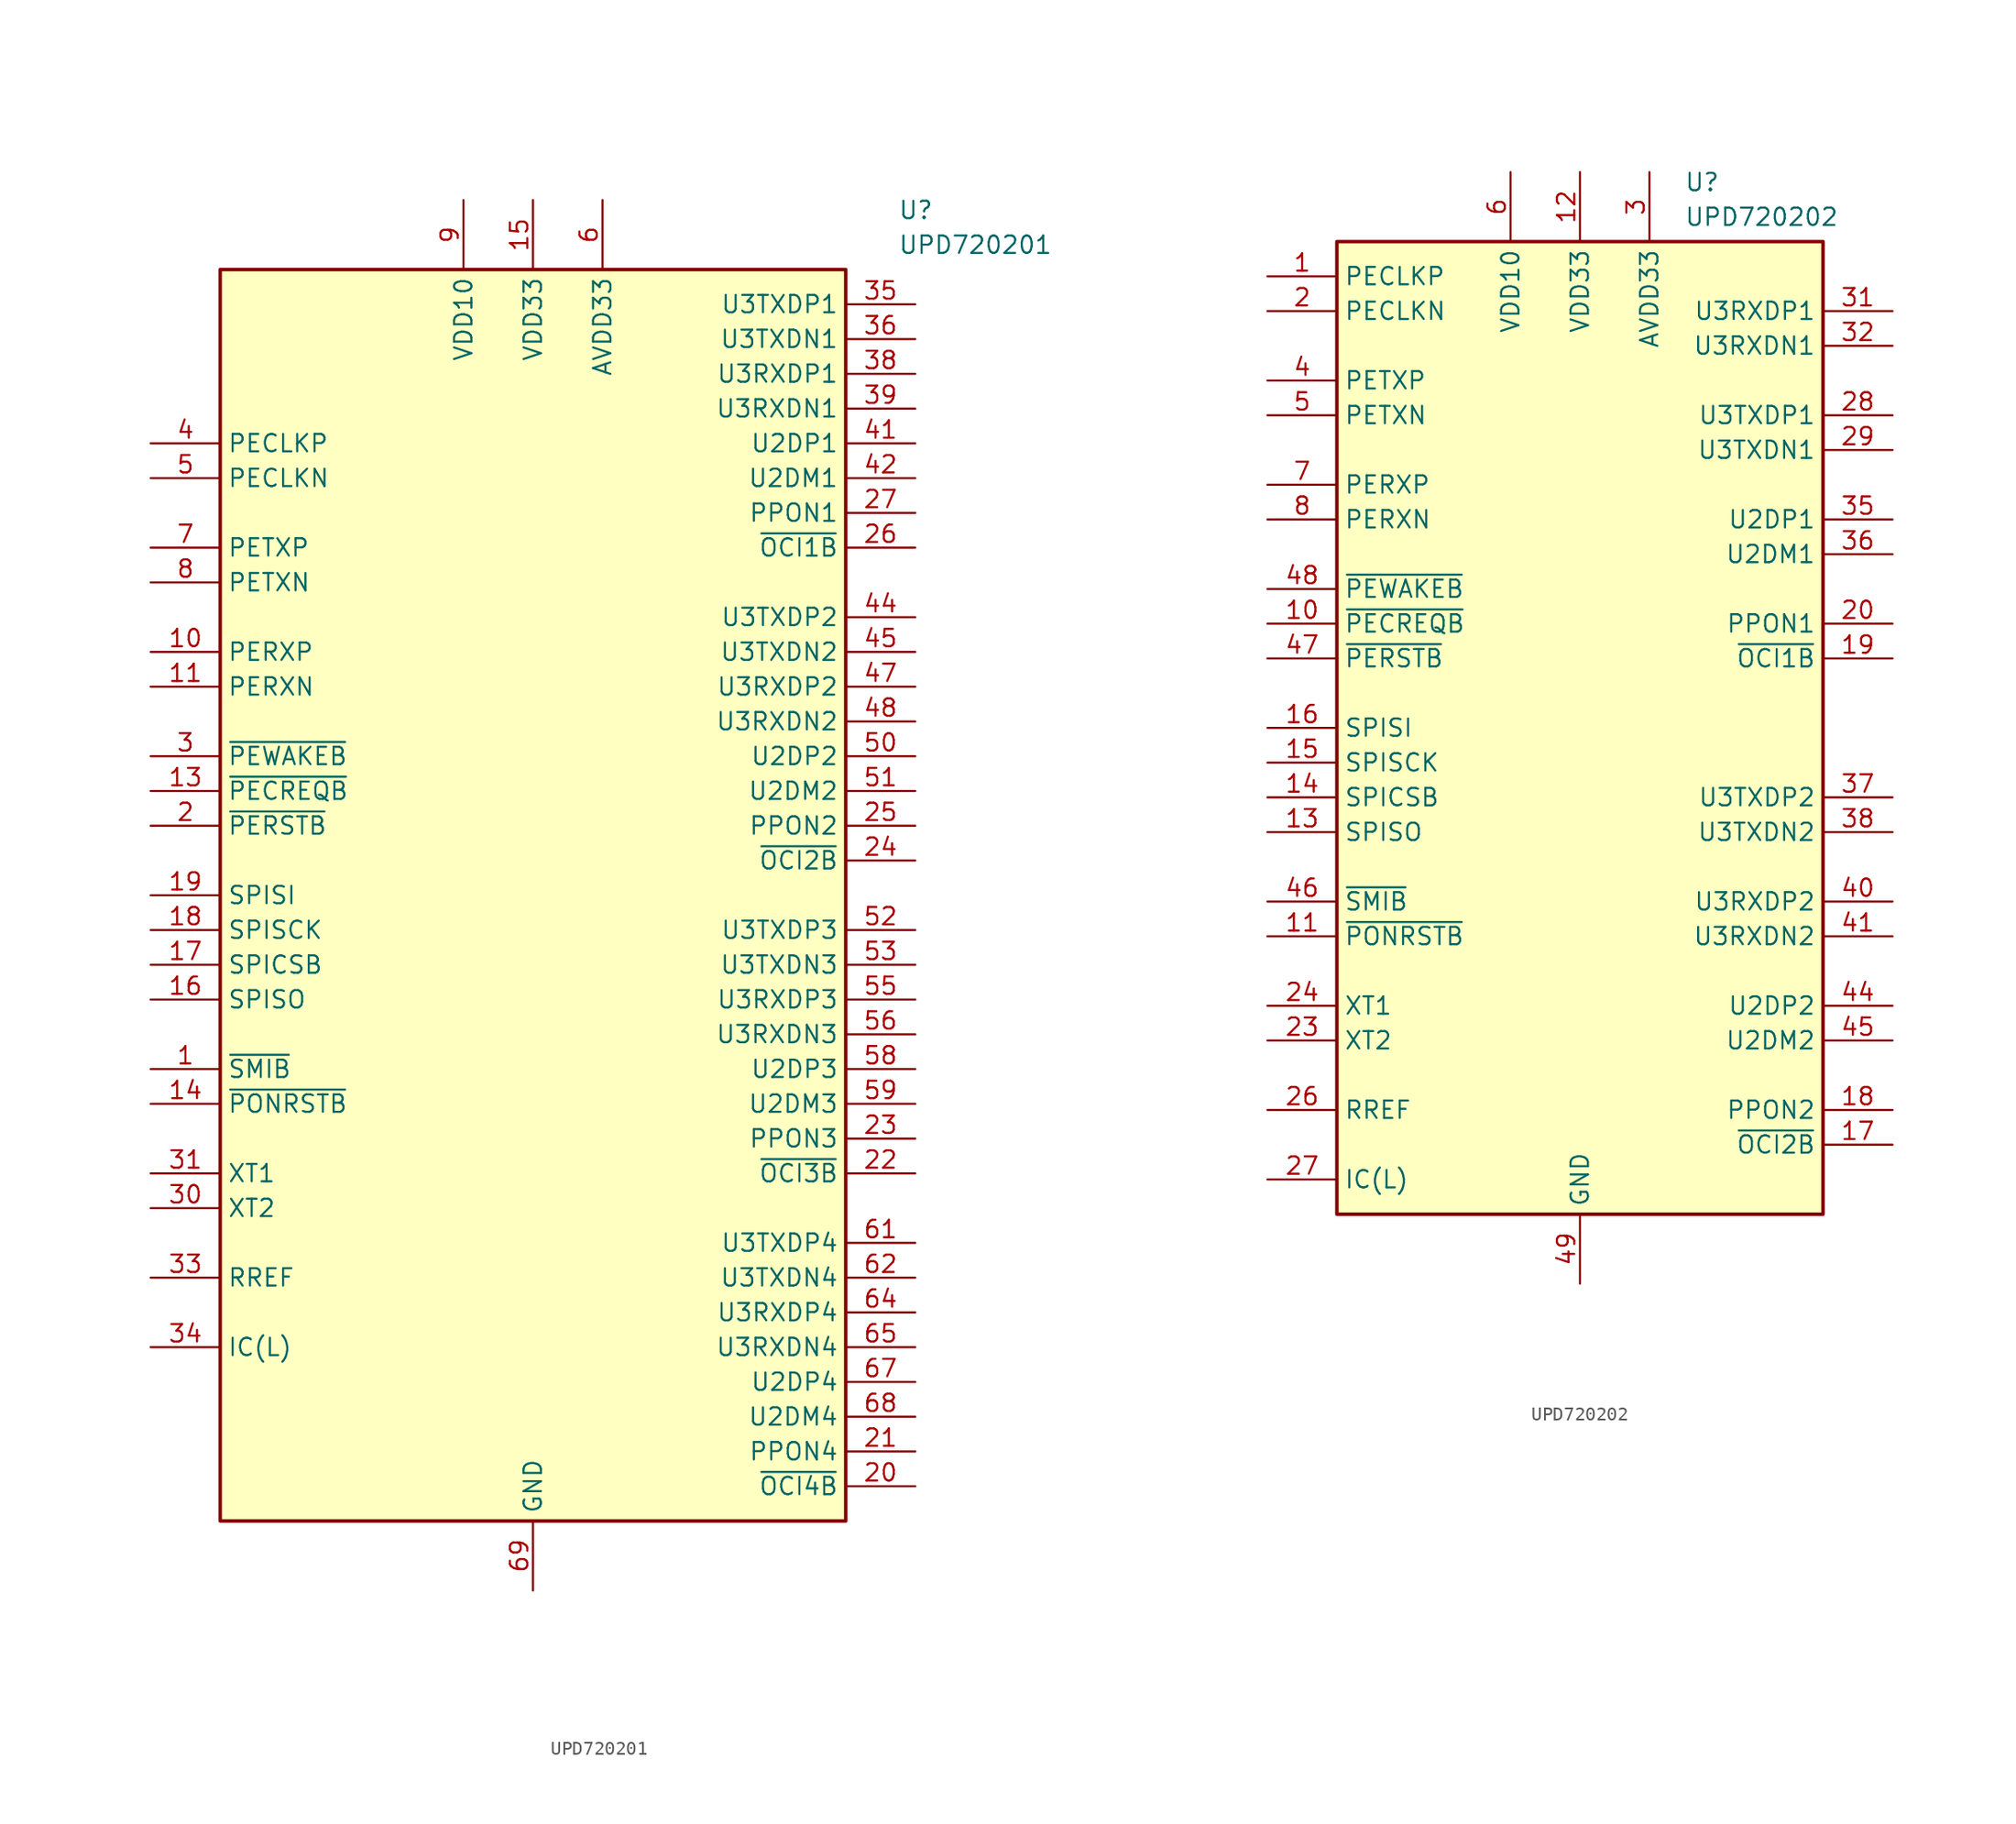
<source format=kicad_sym>
(kicad_symbol_lib
  (version 20220914)
  (generator kicad_symbol_editor)
  (symbol "UPD720201"
    (property "Reference" "U"
      (at 26.67 50.8 0)
      (effects (font (size 1.27 1.27)) (justify left top)))
    (property "Value" "UPD720201"
      (at 26.67 48.26 0)
      (effects (font (size 1.27 1.27)) (justify left top)))
    (symbol "UPD720201_1_1"
      (rectangle (start -22.86 45.72) (end 22.86 -45.72) (stroke (width 0.254) (type default)) (fill (type background)))
      (pin open_collector line (at -27.94 -12.7 0) (length 5.08) (name "~{SMIB}" (effects (font (size 1.27 1.27)))) (number "1" (effects (font (size 1.27 1.27)))))
      (pin input line (at -27.94 17.78 0) (length 5.08) (name "PERXP" (effects (font (size 1.27 1.27)))) (number "10" (effects (font (size 1.27 1.27)))))
      (pin input line (at -27.94 15.24 0) (length 5.08) (name "PERXN" (effects (font (size 1.27 1.27)))) (number "11" (effects (font (size 1.27 1.27)))))
      (pin passive line (at -5.08 50.8 270) (length 5.08) hide (name "VDD10" (effects (font (size 1.27 1.27)))) (number "12" (effects (font (size 1.27 1.27)))))
      (pin open_collector line (at -27.94 7.62 0) (length 5.08) (name "~{PECREQB}" (effects (font (size 1.27 1.27)))) (number "13" (effects (font (size 1.27 1.27)))))
      (pin input line (at -27.94 -15.24 0) (length 5.08) (name "~{PONRSTB}" (effects (font (size 1.27 1.27)))) (number "14" (effects (font (size 1.27 1.27)))))
      (pin power_in line (at 0 50.8 270) (length 5.08) (name "VDD33" (effects (font (size 1.27 1.27)))) (number "15" (effects (font (size 1.27 1.27)))))
      (pin input line (at -27.94 -7.62 0) (length 5.08) (name "SPISO" (effects (font (size 1.27 1.27)))) (number "16" (effects (font (size 1.27 1.27)))))
      (pin output line (at -27.94 -5.08 0) (length 5.08) (name "SPICSB" (effects (font (size 1.27 1.27)))) (number "17" (effects (font (size 1.27 1.27)))))
      (pin output line (at -27.94 -2.54 0) (length 5.08) (name "SPISCK" (effects (font (size 1.27 1.27)))) (number "18" (effects (font (size 1.27 1.27)))))
      (pin output line (at -27.94 0 0) (length 5.08) (name "SPISI" (effects (font (size 1.27 1.27)))) (number "19" (effects (font (size 1.27 1.27)))))
      (pin input line (at -27.94 5.08 0) (length 5.08) (name "~{PERSTB}" (effects (font (size 1.27 1.27)))) (number "2" (effects (font (size 1.27 1.27)))))
      (pin input line (at 27.94 -43.18 180) (length 5.08) (name "~{OCI4B}" (effects (font (size 1.27 1.27)))) (number "20" (effects (font (size 1.27 1.27)))))
      (pin output line (at 27.94 -40.64 180) (length 5.08) (name "PPON4" (effects (font (size 1.27 1.27)))) (number "21" (effects (font (size 1.27 1.27)))))
      (pin input line (at 27.94 -20.32 180) (length 5.08) (name "~{OCI3B}" (effects (font (size 1.27 1.27)))) (number "22" (effects (font (size 1.27 1.27)))))
      (pin output line (at 27.94 -17.78 180) (length 5.08) (name "PPON3" (effects (font (size 1.27 1.27)))) (number "23" (effects (font (size 1.27 1.27)))))
      (pin input line (at 27.94 2.54 180) (length 5.08) (name "~{OCI2B}" (effects (font (size 1.27 1.27)))) (number "24" (effects (font (size 1.27 1.27)))))
      (pin output line (at 27.94 5.08 180) (length 5.08) (name "PPON2" (effects (font (size 1.27 1.27)))) (number "25" (effects (font (size 1.27 1.27)))))
      (pin input line (at 27.94 25.4 180) (length 5.08) (name "~{OCI1B}" (effects (font (size 1.27 1.27)))) (number "26" (effects (font (size 1.27 1.27)))))
      (pin output line (at 27.94 27.94 180) (length 5.08) (name "PPON1" (effects (font (size 1.27 1.27)))) (number "27" (effects (font (size 1.27 1.27)))))
      (pin passive line (at -5.08 50.8 270) (length 5.08) hide (name "VDD10" (effects (font (size 1.27 1.27)))) (number "28" (effects (font (size 1.27 1.27)))))
      (pin passive line (at 0 50.8 270) (length 5.08) hide (name "VDD33" (effects (font (size 1.27 1.27)))) (number "29" (effects (font (size 1.27 1.27)))))
      (pin open_collector line (at -27.94 10.16 0) (length 5.08) (name "~{PEWAKEB}" (effects (font (size 1.27 1.27)))) (number "3" (effects (font (size 1.27 1.27)))))
      (pin output line (at -27.94 -22.86 0) (length 5.08) (name "XT2" (effects (font (size 1.27 1.27)))) (number "30" (effects (font (size 1.27 1.27)))))
      (pin input line (at -27.94 -20.32 0) (length 5.08) (name "XT1" (effects (font (size 1.27 1.27)))) (number "31" (effects (font (size 1.27 1.27)))))
      (pin passive line (at 5.08 50.8 270) (length 5.08) hide (name "AVDD33" (effects (font (size 1.27 1.27)))) (number "32" (effects (font (size 1.27 1.27)))))
      (pin passive line (at -27.94 -27.94 0) (length 5.08) (name "RREF" (effects (font (size 1.27 1.27)))) (number "33" (effects (font (size 1.27 1.27)))))
      (pin input line (at -27.94 -33.02 0) (length 5.08) (name "IC(L)" (effects (font (size 1.27 1.27)))) (number "34" (effects (font (size 1.27 1.27)))))
      (pin output line (at 27.94 43.18 180) (length 5.08) (name "U3TXDP1" (effects (font (size 1.27 1.27)))) (number "35" (effects (font (size 1.27 1.27)))))
      (pin output line (at 27.94 40.64 180) (length 5.08) (name "U3TXDN1" (effects (font (size 1.27 1.27)))) (number "36" (effects (font (size 1.27 1.27)))))
      (pin passive line (at -5.08 50.8 270) (length 5.08) hide (name "VDD10" (effects (font (size 1.27 1.27)))) (number "37" (effects (font (size 1.27 1.27)))))
      (pin input line (at 27.94 38.1 180) (length 5.08) (name "U3RXDP1" (effects (font (size 1.27 1.27)))) (number "38" (effects (font (size 1.27 1.27)))))
      (pin input line (at 27.94 35.56 180) (length 5.08) (name "U3RXDN1" (effects (font (size 1.27 1.27)))) (number "39" (effects (font (size 1.27 1.27)))))
      (pin input line (at -27.94 33.02 0) (length 5.08) (name "PECLKP" (effects (font (size 1.27 1.27)))) (number "4" (effects (font (size 1.27 1.27)))))
      (pin passive line (at 0 50.8 270) (length 5.08) hide (name "VDD33" (effects (font (size 1.27 1.27)))) (number "40" (effects (font (size 1.27 1.27)))))
      (pin bidirectional line (at 27.94 33.02 180) (length 5.08) (name "U2DP1" (effects (font (size 1.27 1.27)))) (number "41" (effects (font (size 1.27 1.27)))))
      (pin bidirectional line (at 27.94 30.48 180) (length 5.08) (name "U2DM1" (effects (font (size 1.27 1.27)))) (number "42" (effects (font (size 1.27 1.27)))))
      (pin passive line (at -5.08 50.8 270) (length 5.08) hide (name "VDD10" (effects (font (size 1.27 1.27)))) (number "43" (effects (font (size 1.27 1.27)))))
      (pin output line (at 27.94 20.32 180) (length 5.08) (name "U3TXDP2" (effects (font (size 1.27 1.27)))) (number "44" (effects (font (size 1.27 1.27)))))
      (pin output line (at 27.94 17.78 180) (length 5.08) (name "U3TXDN2" (effects (font (size 1.27 1.27)))) (number "45" (effects (font (size 1.27 1.27)))))
      (pin passive line (at -5.08 50.8 270) (length 5.08) hide (name "VDD10" (effects (font (size 1.27 1.27)))) (number "46" (effects (font (size 1.27 1.27)))))
      (pin input line (at 27.94 15.24 180) (length 5.08) (name "U3RXDP2" (effects (font (size 1.27 1.27)))) (number "47" (effects (font (size 1.27 1.27)))))
      (pin input line (at 27.94 12.7 180) (length 5.08) (name "U3RXDN2" (effects (font (size 1.27 1.27)))) (number "48" (effects (font (size 1.27 1.27)))))
      (pin passive line (at 0 50.8 270) (length 5.08) hide (name "VDD33" (effects (font (size 1.27 1.27)))) (number "49" (effects (font (size 1.27 1.27)))))
      (pin input line (at -27.94 30.48 0) (length 5.08) (name "PECLKN" (effects (font (size 1.27 1.27)))) (number "5" (effects (font (size 1.27 1.27)))))
      (pin bidirectional line (at 27.94 10.16 180) (length 5.08) (name "U2DP2" (effects (font (size 1.27 1.27)))) (number "50" (effects (font (size 1.27 1.27)))))
      (pin bidirectional line (at 27.94 7.62 180) (length 5.08) (name "U2DM2" (effects (font (size 1.27 1.27)))) (number "51" (effects (font (size 1.27 1.27)))))
      (pin output line (at 27.94 -2.54 180) (length 5.08) (name "U3TXDP3" (effects (font (size 1.27 1.27)))) (number "52" (effects (font (size 1.27 1.27)))))
      (pin output line (at 27.94 -5.08 180) (length 5.08) (name "U3TXDN3" (effects (font (size 1.27 1.27)))) (number "53" (effects (font (size 1.27 1.27)))))
      (pin passive line (at -5.08 50.8 270) (length 5.08) hide (name "VDD10" (effects (font (size 1.27 1.27)))) (number "54" (effects (font (size 1.27 1.27)))))
      (pin input line (at 27.94 -7.62 180) (length 5.08) (name "U3RXDP3" (effects (font (size 1.27 1.27)))) (number "55" (effects (font (size 1.27 1.27)))))
      (pin input line (at 27.94 -10.16 180) (length 5.08) (name "U3RXDN3" (effects (font (size 1.27 1.27)))) (number "56" (effects (font (size 1.27 1.27)))))
      (pin passive line (at 0 50.8 270) (length 5.08) hide (name "VDD33" (effects (font (size 1.27 1.27)))) (number "57" (effects (font (size 1.27 1.27)))))
      (pin bidirectional line (at 27.94 -12.7 180) (length 5.08) (name "U2DP3" (effects (font (size 1.27 1.27)))) (number "58" (effects (font (size 1.27 1.27)))))
      (pin bidirectional line (at 27.94 -15.24 180) (length 5.08) (name "U2DM3" (effects (font (size 1.27 1.27)))) (number "59" (effects (font (size 1.27 1.27)))))
      (pin power_in line (at 5.08 50.8 270) (length 5.08) (name "AVDD33" (effects (font (size 1.27 1.27)))) (number "6" (effects (font (size 1.27 1.27)))))
      (pin passive line (at -5.08 50.8 270) (length 5.08) hide (name "VDD10" (effects (font (size 1.27 1.27)))) (number "60" (effects (font (size 1.27 1.27)))))
      (pin output line (at 27.94 -25.4 180) (length 5.08) (name "U3TXDP4" (effects (font (size 1.27 1.27)))) (number "61" (effects (font (size 1.27 1.27)))))
      (pin output line (at 27.94 -27.94 180) (length 5.08) (name "U3TXDN4" (effects (font (size 1.27 1.27)))) (number "62" (effects (font (size 1.27 1.27)))))
      (pin passive line (at -5.08 50.8 270) (length 5.08) hide (name "VDD10" (effects (font (size 1.27 1.27)))) (number "63" (effects (font (size 1.27 1.27)))))
      (pin input line (at 27.94 -30.48 180) (length 5.08) (name "U3RXDP4" (effects (font (size 1.27 1.27)))) (number "64" (effects (font (size 1.27 1.27)))))
      (pin input line (at 27.94 -33.02 180) (length 5.08) (name "U3RXDN4" (effects (font (size 1.27 1.27)))) (number "65" (effects (font (size 1.27 1.27)))))
      (pin passive line (at 0 50.8 270) (length 5.08) hide (name "VDD33" (effects (font (size 1.27 1.27)))) (number "66" (effects (font (size 1.27 1.27)))))
      (pin bidirectional line (at 27.94 -35.56 180) (length 5.08) (name "U2DP4" (effects (font (size 1.27 1.27)))) (number "67" (effects (font (size 1.27 1.27)))))
      (pin bidirectional line (at 27.94 -38.1 180) (length 5.08) (name "U2DM4" (effects (font (size 1.27 1.27)))) (number "68" (effects (font (size 1.27 1.27)))))
      (pin power_in line (at 0 -50.8 90) (length 5.08) (name "GND" (effects (font (size 1.27 1.27)))) (number "69" (effects (font (size 1.27 1.27)))))
      (pin input line (at -27.94 25.4 0) (length 5.08) (name "PETXP" (effects (font (size 1.27 1.27)))) (number "7" (effects (font (size 1.27 1.27)))))
      (pin input line (at -27.94 22.86 0) (length 5.08) (name "PETXN" (effects (font (size 1.27 1.27)))) (number "8" (effects (font (size 1.27 1.27)))))
      (pin power_in line (at -5.08 50.8 270) (length 5.08) (name "VDD10" (effects (font (size 1.27 1.27)))) (number "9" (effects (font (size 1.27 1.27)))))))
  (symbol "UPD720202"
    (property "Reference" "U"
      (at 7.62 40.64 0)
      (effects (font (size 1.27 1.27)) (justify left top)))
    (property "Value" "UPD720202"
      (at 7.62 38.1 0)
      (effects (font (size 1.27 1.27)) (justify left top)))
    (symbol "UPD720202_1_1"
      (rectangle (start -17.78 35.56) (end 17.78 -35.56) (stroke (width 0.254) (type default)) (fill (type background)))
      (pin input line (at -22.86 33.02 0) (length 5.08) (name "PECLKP" (effects (font (size 1.27 1.27)))) (number "1" (effects (font (size 1.27 1.27)))))
      (pin open_collector line (at -22.86 7.62 0) (length 5.08) (name "~{PECREQB}" (effects (font (size 1.27 1.27)))) (number "10" (effects (font (size 1.27 1.27)))))
      (pin input line (at -22.86 -15.24 0) (length 5.08) (name "~{PONRSTB}" (effects (font (size 1.27 1.27)))) (number "11" (effects (font (size 1.27 1.27)))))
      (pin power_in line (at 0 40.64 270) (length 5.08) (name "VDD33" (effects (font (size 1.27 1.27)))) (number "12" (effects (font (size 1.27 1.27)))))
      (pin input line (at -22.86 -7.62 0) (length 5.08) (name "SPISO" (effects (font (size 1.27 1.27)))) (number "13" (effects (font (size 1.27 1.27)))))
      (pin output line (at -22.86 -5.08 0) (length 5.08) (name "SPICSB" (effects (font (size 1.27 1.27)))) (number "14" (effects (font (size 1.27 1.27)))))
      (pin output line (at -22.86 -2.54 0) (length 5.08) (name "SPISCK" (effects (font (size 1.27 1.27)))) (number "15" (effects (font (size 1.27 1.27)))))
      (pin output line (at -22.86 0 0) (length 5.08) (name "SPISI" (effects (font (size 1.27 1.27)))) (number "16" (effects (font (size 1.27 1.27)))))
      (pin input line (at 22.86 -30.48 180) (length 5.08) (name "~{OCI2B}" (effects (font (size 1.27 1.27)))) (number "17" (effects (font (size 1.27 1.27)))))
      (pin output line (at 22.86 -27.94 180) (length 5.08) (name "PPON2" (effects (font (size 1.27 1.27)))) (number "18" (effects (font (size 1.27 1.27)))))
      (pin input line (at 22.86 5.08 180) (length 5.08) (name "~{OCI1B}" (effects (font (size 1.27 1.27)))) (number "19" (effects (font (size 1.27 1.27)))))
      (pin input line (at -22.86 30.48 0) (length 5.08) (name "PECLKN" (effects (font (size 1.27 1.27)))) (number "2" (effects (font (size 1.27 1.27)))))
      (pin output line (at 22.86 7.62 180) (length 5.08) (name "PPON1" (effects (font (size 1.27 1.27)))) (number "20" (effects (font (size 1.27 1.27)))))
      (pin passive line (at -5.08 40.64 270) (length 5.08) hide (name "VDD10" (effects (font (size 1.27 1.27)))) (number "21" (effects (font (size 1.27 1.27)))))
      (pin passive line (at 0 40.64 270) (length 5.08) hide (name "VDD33" (effects (font (size 1.27 1.27)))) (number "22" (effects (font (size 1.27 1.27)))))
      (pin output line (at -22.86 -22.86 0) (length 5.08) (name "XT2" (effects (font (size 1.27 1.27)))) (number "23" (effects (font (size 1.27 1.27)))))
      (pin input line (at -22.86 -20.32 0) (length 5.08) (name "XT1" (effects (font (size 1.27 1.27)))) (number "24" (effects (font (size 1.27 1.27)))))
      (pin passive line (at 5.08 40.64 270) (length 5.08) hide (name "AVDD33" (effects (font (size 1.27 1.27)))) (number "25" (effects (font (size 1.27 1.27)))))
      (pin passive line (at -22.86 -27.94 0) (length 5.08) (name "RREF" (effects (font (size 1.27 1.27)))) (number "26" (effects (font (size 1.27 1.27)))))
      (pin input line (at -22.86 -33.02 0) (length 5.08) (name "IC(L)" (effects (font (size 1.27 1.27)))) (number "27" (effects (font (size 1.27 1.27)))))
      (pin output line (at 22.86 22.86 180) (length 5.08) (name "U3TXDP1" (effects (font (size 1.27 1.27)))) (number "28" (effects (font (size 1.27 1.27)))))
      (pin output line (at 22.86 20.32 180) (length 5.08) (name "U3TXDN1" (effects (font (size 1.27 1.27)))) (number "29" (effects (font (size 1.27 1.27)))))
      (pin power_in line (at 5.08 40.64 270) (length 5.08) (name "AVDD33" (effects (font (size 1.27 1.27)))) (number "3" (effects (font (size 1.27 1.27)))))
      (pin passive line (at -5.08 40.64 270) (length 5.08) hide (name "VDD10" (effects (font (size 1.27 1.27)))) (number "30" (effects (font (size 1.27 1.27)))))
      (pin input line (at 22.86 30.48 180) (length 5.08) (name "U3RXDP1" (effects (font (size 1.27 1.27)))) (number "31" (effects (font (size 1.27 1.27)))))
      (pin input line (at 22.86 27.94 180) (length 5.08) (name "U3RXDN1" (effects (font (size 1.27 1.27)))) (number "32" (effects (font (size 1.27 1.27)))))
      (pin passive line (at -5.08 40.64 270) (length 5.08) hide (name "VDD10" (effects (font (size 1.27 1.27)))) (number "33" (effects (font (size 1.27 1.27)))))
      (pin passive line (at 0 40.64 270) (length 5.08) hide (name "VDD33" (effects (font (size 1.27 1.27)))) (number "34" (effects (font (size 1.27 1.27)))))
      (pin bidirectional line (at 22.86 15.24 180) (length 5.08) (name "U2DP1" (effects (font (size 1.27 1.27)))) (number "35" (effects (font (size 1.27 1.27)))))
      (pin bidirectional line (at 22.86 12.7 180) (length 5.08) (name "U2DM1" (effects (font (size 1.27 1.27)))) (number "36" (effects (font (size 1.27 1.27)))))
      (pin output line (at 22.86 -5.08 180) (length 5.08) (name "U3TXDP2" (effects (font (size 1.27 1.27)))) (number "37" (effects (font (size 1.27 1.27)))))
      (pin output line (at 22.86 -7.62 180) (length 5.08) (name "U3TXDN2" (effects (font (size 1.27 1.27)))) (number "38" (effects (font (size 1.27 1.27)))))
      (pin passive line (at -5.08 40.64 270) (length 5.08) hide (name "VDD10" (effects (font (size 1.27 1.27)))) (number "39" (effects (font (size 1.27 1.27)))))
      (pin output line (at -22.86 25.4 0) (length 5.08) (name "PETXP" (effects (font (size 1.27 1.27)))) (number "4" (effects (font (size 1.27 1.27)))))
      (pin input line (at 22.86 -12.7 180) (length 5.08) (name "U3RXDP2" (effects (font (size 1.27 1.27)))) (number "40" (effects (font (size 1.27 1.27)))))
      (pin input line (at 22.86 -15.24 180) (length 5.08) (name "U3RXDN2" (effects (font (size 1.27 1.27)))) (number "41" (effects (font (size 1.27 1.27)))))
      (pin passive line (at -5.08 40.64 270) (length 5.08) hide (name "VDD10" (effects (font (size 1.27 1.27)))) (number "42" (effects (font (size 1.27 1.27)))))
      (pin passive line (at 0 40.64 270) (length 5.08) hide (name "VDD33" (effects (font (size 1.27 1.27)))) (number "43" (effects (font (size 1.27 1.27)))))
      (pin bidirectional line (at 22.86 -20.32 180) (length 5.08) (name "U2DP2" (effects (font (size 1.27 1.27)))) (number "44" (effects (font (size 1.27 1.27)))))
      (pin input line (at 22.86 -22.86 180) (length 5.08) (name "U2DM2" (effects (font (size 1.27 1.27)))) (number "45" (effects (font (size 1.27 1.27)))))
      (pin open_collector line (at -22.86 -12.7 0) (length 5.08) (name "~{SMIB}" (effects (font (size 1.27 1.27)))) (number "46" (effects (font (size 1.27 1.27)))))
      (pin input line (at -22.86 5.08 0) (length 5.08) (name "~{PERSTB}" (effects (font (size 1.27 1.27)))) (number "47" (effects (font (size 1.27 1.27)))))
      (pin open_collector line (at -22.86 10.16 0) (length 5.08) (name "~{PEWAKEB}" (effects (font (size 1.27 1.27)))) (number "48" (effects (font (size 1.27 1.27)))))
      (pin power_in line (at 0 -40.64 90) (length 5.08) (name "GND" (effects (font (size 1.27 1.27)))) (number "49" (effects (font (size 1.27 1.27)))))
      (pin output line (at -22.86 22.86 0) (length 5.08) (name "PETXN" (effects (font (size 1.27 1.27)))) (number "5" (effects (font (size 1.27 1.27)))))
      (pin power_in line (at -5.08 40.64 270) (length 5.08) (name "VDD10" (effects (font (size 1.27 1.27)))) (number "6" (effects (font (size 1.27 1.27)))))
      (pin input line (at -22.86 17.78 0) (length 5.08) (name "PERXP" (effects (font (size 1.27 1.27)))) (number "7" (effects (font (size 1.27 1.27)))))
      (pin input line (at -22.86 15.24 0) (length 5.08) (name "PERXN" (effects (font (size 1.27 1.27)))) (number "8" (effects (font (size 1.27 1.27)))))
      (pin passive line (at -5.08 40.64 270) (length 5.08) hide (name "VDD10" (effects (font (size 1.27 1.27)))) (number "9" (effects (font (size 1.27 1.27))))))))
</source>
